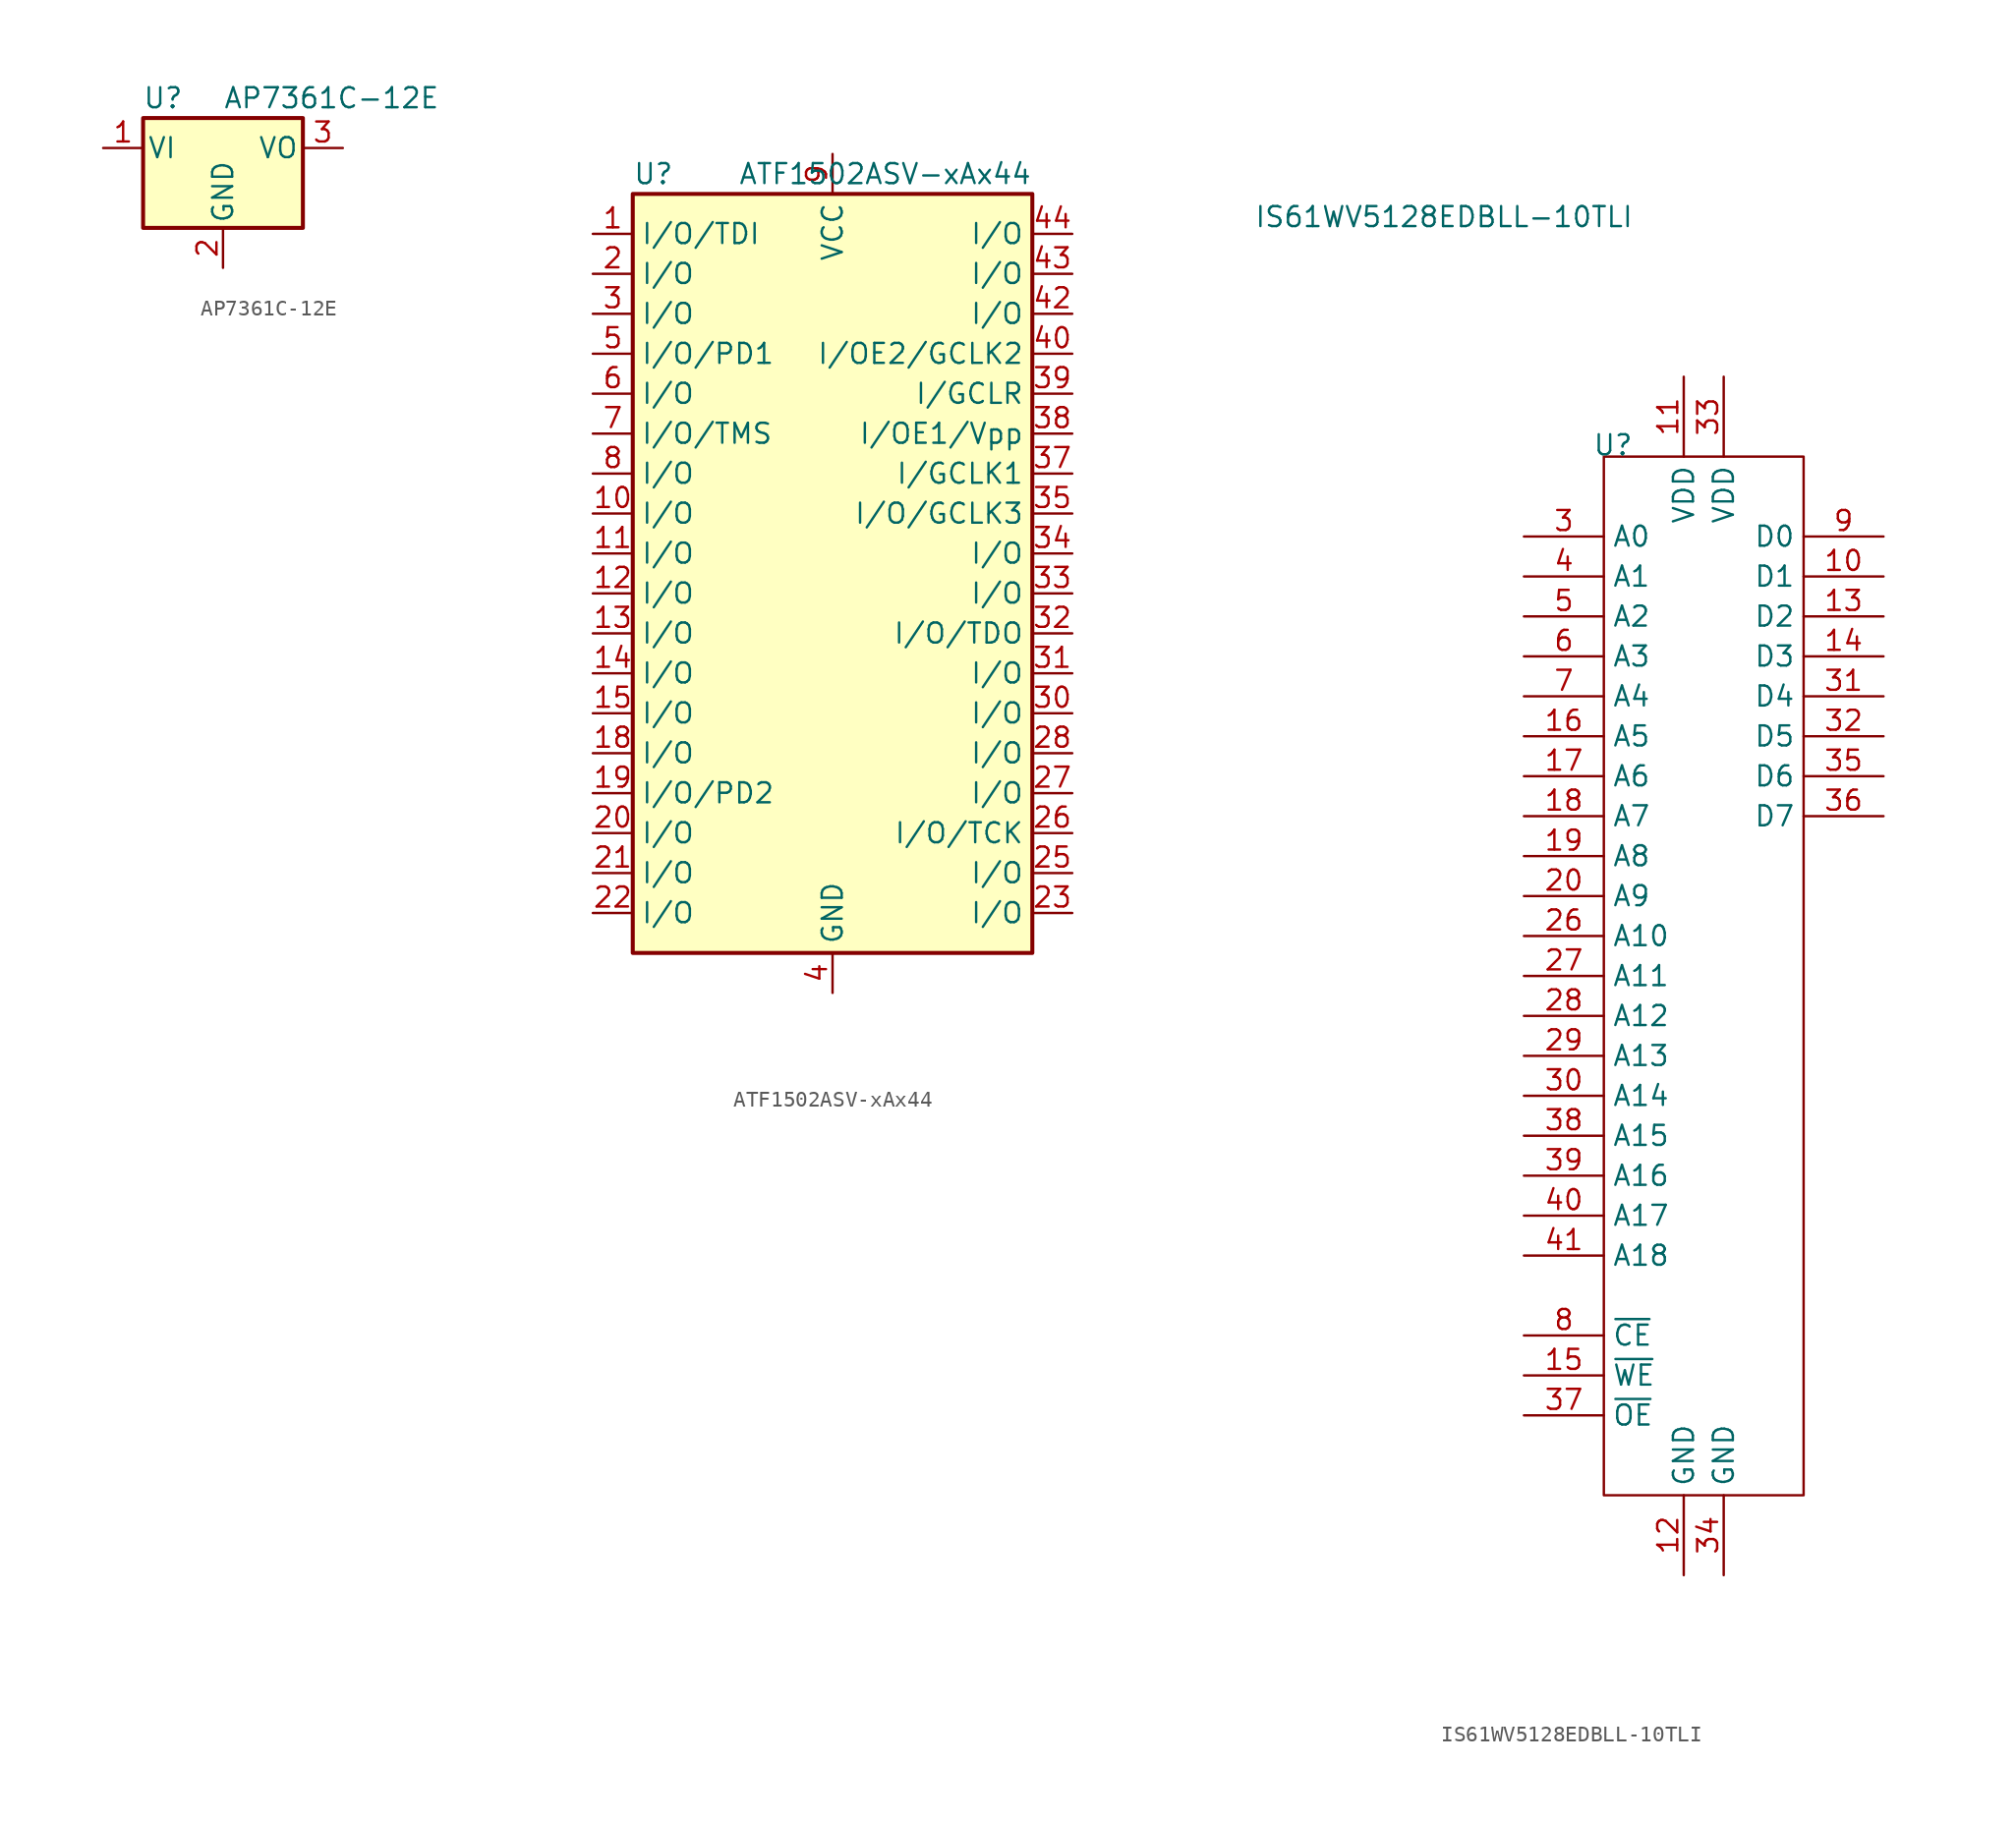
<source format=kicad_sym>
(kicad_symbol_lib
  (version 20220914)
  (generator kicad_symbol_editor)
  (symbol "AP7361C-12E"
    (pin_names
      (offset 0.254))
    (property "Reference" "U"
      (at -3.81 3.175 0)
      (effects (font (size 1.27 1.27))))
    (property "Value" "AP7361C-12E"
      (at 0 3.175 0)
      (effects (font (size 1.27 1.27)) (justify left)))
    (symbol "AP7361C-12E_0_1"
      (rectangle (start -5.08 -5.08) (end 5.08 1.905) (stroke (width 0.254) (type default)) (fill (type background))))
    (symbol "AP7361C-12E_1_1"
      (pin power_in line (at -7.62 0 0) (length 2.54) (name "VI" (effects (font (size 1.27 1.27)))) (number "1" (effects (font (size 1.27 1.27)))))
      (pin power_in line (at 0 -7.62 90) (length 2.54) (name "GND" (effects (font (size 1.27 1.27)))) (number "2" (effects (font (size 1.27 1.27)))))
      (pin power_out line (at 7.62 0 180) (length 2.54) (name "VO" (effects (font (size 1.27 1.27)))) (number "3" (effects (font (size 1.27 1.27)))))))
  (symbol "ATF1502ASV-xAx44"
    (property "Reference" "U"
      (at -12.7 24.13 0)
      (effects (font (size 1.27 1.27)) (justify left)))
    (property "Value" "ATF1502ASV-xAx44"
      (at 12.7 24.13 0)
      (effects (font (size 1.27 1.27)) (justify right)))
    (symbol "ATF1502ASV-xAx44_0_1"
      (rectangle (start -12.7 22.86) (end 12.7 -25.4) (stroke (width 0.254) (type default)) (fill (type background))))
    (symbol "ATF1502ASV-xAx44_1_1"
      (pin bidirectional line (at -15.24 20.32 0) (length 2.54) (name "I/O/TDI" (effects (font (size 1.27 1.27)))) (number "1" (effects (font (size 1.27 1.27)))))
      (pin bidirectional line (at -15.24 2.54 0) (length 2.54) (name "I/O" (effects (font (size 1.27 1.27)))) (number "10" (effects (font (size 1.27 1.27)))))
      (pin bidirectional line (at -15.24 0 0) (length 2.54) (name "I/O" (effects (font (size 1.27 1.27)))) (number "11" (effects (font (size 1.27 1.27)))))
      (pin bidirectional line (at -15.24 -2.54 0) (length 2.54) (name "I/O" (effects (font (size 1.27 1.27)))) (number "12" (effects (font (size 1.27 1.27)))))
      (pin bidirectional line (at -15.24 -5.08 0) (length 2.54) (name "I/O" (effects (font (size 1.27 1.27)))) (number "13" (effects (font (size 1.27 1.27)))))
      (pin bidirectional line (at -15.24 -7.62 0) (length 2.54) (name "I/O" (effects (font (size 1.27 1.27)))) (number "14" (effects (font (size 1.27 1.27)))))
      (pin bidirectional line (at -15.24 -10.16 0) (length 2.54) (name "I/O" (effects (font (size 1.27 1.27)))) (number "15" (effects (font (size 1.27 1.27)))))
      (pin passive line (at 0 -27.94 90) (length 2.54) hide (name "GND" (effects (font (size 1.27 1.27)))) (number "16" (effects (font (size 1.27 1.27)))))
      (pin passive line (at 0 25.4 270) (length 2.54) hide (name "VCC" (effects (font (size 1.27 1.27)))) (number "17" (effects (font (size 1.27 1.27)))))
      (pin bidirectional line (at -15.24 -12.7 0) (length 2.54) (name "I/O" (effects (font (size 1.27 1.27)))) (number "18" (effects (font (size 1.27 1.27)))))
      (pin bidirectional line (at -15.24 -15.24 0) (length 2.54) (name "I/O/PD2" (effects (font (size 1.27 1.27)))) (number "19" (effects (font (size 1.27 1.27)))))
      (pin bidirectional line (at -15.24 17.78 0) (length 2.54) (name "I/O" (effects (font (size 1.27 1.27)))) (number "2" (effects (font (size 1.27 1.27)))))
      (pin bidirectional line (at -15.24 -17.78 0) (length 2.54) (name "I/O" (effects (font (size 1.27 1.27)))) (number "20" (effects (font (size 1.27 1.27)))))
      (pin bidirectional line (at -15.24 -20.32 0) (length 2.54) (name "I/O" (effects (font (size 1.27 1.27)))) (number "21" (effects (font (size 1.27 1.27)))))
      (pin bidirectional line (at -15.24 -22.86 0) (length 2.54) (name "I/O" (effects (font (size 1.27 1.27)))) (number "22" (effects (font (size 1.27 1.27)))))
      (pin bidirectional line (at 15.24 -22.86 180) (length 2.54) (name "I/O" (effects (font (size 1.27 1.27)))) (number "23" (effects (font (size 1.27 1.27)))))
      (pin passive line (at 0 -27.94 90) (length 2.54) hide (name "GND" (effects (font (size 1.27 1.27)))) (number "24" (effects (font (size 1.27 1.27)))))
      (pin bidirectional line (at 15.24 -20.32 180) (length 2.54) (name "I/O" (effects (font (size 1.27 1.27)))) (number "25" (effects (font (size 1.27 1.27)))))
      (pin bidirectional line (at 15.24 -17.78 180) (length 2.54) (name "I/O/TCK" (effects (font (size 1.27 1.27)))) (number "26" (effects (font (size 1.27 1.27)))))
      (pin bidirectional line (at 15.24 -15.24 180) (length 2.54) (name "I/O" (effects (font (size 1.27 1.27)))) (number "27" (effects (font (size 1.27 1.27)))))
      (pin bidirectional line (at 15.24 -12.7 180) (length 2.54) (name "I/O" (effects (font (size 1.27 1.27)))) (number "28" (effects (font (size 1.27 1.27)))))
      (pin passive line (at 0 25.4 270) (length 2.54) hide (name "VCC" (effects (font (size 1.27 1.27)))) (number "29" (effects (font (size 1.27 1.27)))))
      (pin bidirectional line (at -15.24 15.24 0) (length 2.54) (name "I/O" (effects (font (size 1.27 1.27)))) (number "3" (effects (font (size 1.27 1.27)))))
      (pin bidirectional line (at 15.24 -10.16 180) (length 2.54) (name "I/O" (effects (font (size 1.27 1.27)))) (number "30" (effects (font (size 1.27 1.27)))))
      (pin bidirectional line (at 15.24 -7.62 180) (length 2.54) (name "I/O" (effects (font (size 1.27 1.27)))) (number "31" (effects (font (size 1.27 1.27)))))
      (pin bidirectional line (at 15.24 -5.08 180) (length 2.54) (name "I/O/TDO" (effects (font (size 1.27 1.27)))) (number "32" (effects (font (size 1.27 1.27)))))
      (pin bidirectional line (at 15.24 -2.54 180) (length 2.54) (name "I/O" (effects (font (size 1.27 1.27)))) (number "33" (effects (font (size 1.27 1.27)))))
      (pin bidirectional line (at 15.24 0 180) (length 2.54) (name "I/O" (effects (font (size 1.27 1.27)))) (number "34" (effects (font (size 1.27 1.27)))))
      (pin bidirectional line (at 15.24 2.54 180) (length 2.54) (name "I/O/GCLK3" (effects (font (size 1.27 1.27)))) (number "35" (effects (font (size 1.27 1.27)))))
      (pin passive line (at 0 -27.94 90) (length 2.54) hide (name "GND" (effects (font (size 1.27 1.27)))) (number "36" (effects (font (size 1.27 1.27)))))
      (pin input line (at 15.24 5.08 180) (length 2.54) (name "I/GCLK1" (effects (font (size 1.27 1.27)))) (number "37" (effects (font (size 1.27 1.27)))))
      (pin input line (at 15.24 7.62 180) (length 2.54) (name "I/OE1/Vpp" (effects (font (size 1.27 1.27)))) (number "38" (effects (font (size 1.27 1.27)))))
      (pin input line (at 15.24 10.16 180) (length 2.54) (name "I/GCLR" (effects (font (size 1.27 1.27)))) (number "39" (effects (font (size 1.27 1.27)))))
      (pin power_in line (at 0 -27.94 90) (length 2.54) (name "GND" (effects (font (size 1.27 1.27)))) (number "4" (effects (font (size 1.27 1.27)))))
      (pin input line (at 15.24 12.7 180) (length 2.54) (name "I/OE2/GCLK2" (effects (font (size 1.27 1.27)))) (number "40" (effects (font (size 1.27 1.27)))))
      (pin passive line (at 0 25.4 270) (length 2.54) hide (name "VCC" (effects (font (size 1.27 1.27)))) (number "41" (effects (font (size 1.27 1.27)))))
      (pin bidirectional line (at 15.24 15.24 180) (length 2.54) (name "I/O" (effects (font (size 1.27 1.27)))) (number "42" (effects (font (size 1.27 1.27)))))
      (pin bidirectional line (at 15.24 17.78 180) (length 2.54) (name "I/O" (effects (font (size 1.27 1.27)))) (number "43" (effects (font (size 1.27 1.27)))))
      (pin bidirectional line (at 15.24 20.32 180) (length 2.54) (name "I/O" (effects (font (size 1.27 1.27)))) (number "44" (effects (font (size 1.27 1.27)))))
      (pin bidirectional line (at -15.24 12.7 0) (length 2.54) (name "I/O/PD1" (effects (font (size 1.27 1.27)))) (number "5" (effects (font (size 1.27 1.27)))))
      (pin bidirectional line (at -15.24 10.16 0) (length 2.54) (name "I/O" (effects (font (size 1.27 1.27)))) (number "6" (effects (font (size 1.27 1.27)))))
      (pin bidirectional line (at -15.24 7.62 0) (length 2.54) (name "I/O/TMS" (effects (font (size 1.27 1.27)))) (number "7" (effects (font (size 1.27 1.27)))))
      (pin bidirectional line (at -15.24 5.08 0) (length 2.54) (name "I/O" (effects (font (size 1.27 1.27)))) (number "8" (effects (font (size 1.27 1.27)))))
      (pin power_in line (at 0 25.4 270) (length 2.54) (name "VCC" (effects (font (size 1.27 1.27)))) (number "9" (effects (font (size 1.27 1.27)))))))
  (symbol "IS61WV5128EDBLL-10TLI"
    (property "Reference" "U"
      (at 0.584 0.732 0)
      (effects (font (size 1.27 1.27))))
    (property "Value" "IS61WV5128EDBLL-10TLI"
      (at -10.16 15.24 0)
      (effects (font (size 1.27 1.27))))
    (symbol "IS61WV5128EDBLL-10TLI_0_1"
      (rectangle (start 0 0) (end 12.7 -66.04) (stroke (width 0) (type default)) (fill (type none))))
    (symbol "IS61WV5128EDBLL-10TLI_1_1"
      (pin no_connect line (at 17.78 -27.94 180) (length 5.08) hide (name "NC" (effects (font (size 1.27 1.27)))) (number "1" (effects (font (size 1.27 1.27)))))
      (pin bidirectional line (at 17.78 -7.62 180) (length 5.08) (name "D1" (effects (font (size 1.27 1.27)))) (number "10" (effects (font (size 1.27 1.27)))))
      (pin power_in line (at 5.08 5.08 270) (length 5.08) (name "VDD" (effects (font (size 1.27 1.27)))) (number "11" (effects (font (size 1.27 1.27)))))
      (pin power_in line (at 5.08 -71.12 90) (length 5.08) (name "GND" (effects (font (size 1.27 1.27)))) (number "12" (effects (font (size 1.27 1.27)))))
      (pin bidirectional line (at 17.78 -10.16 180) (length 5.08) (name "D2" (effects (font (size 1.27 1.27)))) (number "13" (effects (font (size 1.27 1.27)))))
      (pin bidirectional line (at 17.78 -12.7 180) (length 5.08) (name "D3" (effects (font (size 1.27 1.27)))) (number "14" (effects (font (size 1.27 1.27)))))
      (pin input line (at -5.08 -58.42 0) (length 5.08) (name "~{WE}" (effects (font (size 1.27 1.27)))) (number "15" (effects (font (size 1.27 1.27)))))
      (pin input line (at -5.08 -17.78 0) (length 5.08) (name "A5" (effects (font (size 1.27 1.27)))) (number "16" (effects (font (size 1.27 1.27)))))
      (pin input line (at -5.08 -20.32 0) (length 5.08) (name "A6" (effects (font (size 1.27 1.27)))) (number "17" (effects (font (size 1.27 1.27)))))
      (pin input line (at -5.08 -22.86 0) (length 5.08) (name "A7" (effects (font (size 1.27 1.27)))) (number "18" (effects (font (size 1.27 1.27)))))
      (pin input line (at -5.08 -25.4 0) (length 5.08) (name "A8" (effects (font (size 1.27 1.27)))) (number "19" (effects (font (size 1.27 1.27)))))
      (pin no_connect line (at 17.78 -30.48 180) (length 5.08) hide (name "NC" (effects (font (size 1.27 1.27)))) (number "2" (effects (font (size 1.27 1.27)))))
      (pin input line (at -5.08 -27.94 0) (length 5.08) (name "A9" (effects (font (size 1.27 1.27)))) (number "20" (effects (font (size 1.27 1.27)))))
      (pin no_connect line (at 17.78 -33.02 180) (length 5.08) hide (name "NC" (effects (font (size 1.27 1.27)))) (number "21" (effects (font (size 1.27 1.27)))))
      (pin no_connect line (at 17.78 -35.56 180) (length 5.08) hide (name "NC" (effects (font (size 1.27 1.27)))) (number "22" (effects (font (size 1.27 1.27)))))
      (pin no_connect line (at 17.78 -38.1 180) (length 5.08) hide (name "NC" (effects (font (size 1.27 1.27)))) (number "23" (effects (font (size 1.27 1.27)))))
      (pin no_connect line (at 17.78 -40.64 180) (length 5.08) hide (name "NC" (effects (font (size 1.27 1.27)))) (number "24" (effects (font (size 1.27 1.27)))))
      (pin no_connect line (at 17.78 -43.18 180) (length 5.08) hide (name "NC" (effects (font (size 1.27 1.27)))) (number "25" (effects (font (size 1.27 1.27)))))
      (pin input line (at -5.08 -30.48 0) (length 5.08) (name "A10" (effects (font (size 1.27 1.27)))) (number "26" (effects (font (size 1.27 1.27)))))
      (pin input line (at -5.08 -33.02 0) (length 5.08) (name "A11" (effects (font (size 1.27 1.27)))) (number "27" (effects (font (size 1.27 1.27)))))
      (pin input line (at -5.08 -35.56 0) (length 5.08) (name "A12" (effects (font (size 1.27 1.27)))) (number "28" (effects (font (size 1.27 1.27)))))
      (pin input line (at -5.08 -38.1 0) (length 5.08) (name "A13" (effects (font (size 1.27 1.27)))) (number "29" (effects (font (size 1.27 1.27)))))
      (pin input line (at -5.08 -5.08 0) (length 5.08) (name "A0" (effects (font (size 1.27 1.27)))) (number "3" (effects (font (size 1.27 1.27)))))
      (pin input line (at -5.08 -40.64 0) (length 5.08) (name "A14" (effects (font (size 1.27 1.27)))) (number "30" (effects (font (size 1.27 1.27)))))
      (pin bidirectional line (at 17.78 -15.24 180) (length 5.08) (name "D4" (effects (font (size 1.27 1.27)))) (number "31" (effects (font (size 1.27 1.27)))))
      (pin bidirectional line (at 17.78 -17.78 180) (length 5.08) (name "D5" (effects (font (size 1.27 1.27)))) (number "32" (effects (font (size 1.27 1.27)))))
      (pin power_in line (at 7.62 5.08 270) (length 5.08) (name "VDD" (effects (font (size 1.27 1.27)))) (number "33" (effects (font (size 1.27 1.27)))))
      (pin power_in line (at 7.62 -71.12 90) (length 5.08) (name "GND" (effects (font (size 1.27 1.27)))) (number "34" (effects (font (size 1.27 1.27)))))
      (pin bidirectional line (at 17.78 -20.32 180) (length 5.08) (name "D6" (effects (font (size 1.27 1.27)))) (number "35" (effects (font (size 1.27 1.27)))))
      (pin bidirectional line (at 17.78 -22.86 180) (length 5.08) (name "D7" (effects (font (size 1.27 1.27)))) (number "36" (effects (font (size 1.27 1.27)))))
      (pin input line (at -5.08 -60.96 0) (length 5.08) (name "~{OE}" (effects (font (size 1.27 1.27)))) (number "37" (effects (font (size 1.27 1.27)))))
      (pin input line (at -5.08 -43.18 0) (length 5.08) (name "A15" (effects (font (size 1.27 1.27)))) (number "38" (effects (font (size 1.27 1.27)))))
      (pin input line (at -5.08 -45.72 0) (length 5.08) (name "A16" (effects (font (size 1.27 1.27)))) (number "39" (effects (font (size 1.27 1.27)))))
      (pin input line (at -5.08 -7.62 0) (length 5.08) (name "A1" (effects (font (size 1.27 1.27)))) (number "4" (effects (font (size 1.27 1.27)))))
      (pin input line (at -5.08 -48.26 0) (length 5.08) (name "A17" (effects (font (size 1.27 1.27)))) (number "40" (effects (font (size 1.27 1.27)))))
      (pin input line (at -5.08 -50.8 0) (length 5.08) (name "A18" (effects (font (size 1.27 1.27)))) (number "41" (effects (font (size 1.27 1.27)))))
      (pin no_connect line (at 17.78 -45.72 180) (length 5.08) hide (name "NC" (effects (font (size 1.27 1.27)))) (number "42" (effects (font (size 1.27 1.27)))))
      (pin no_connect line (at 17.78 -48.26 180) (length 5.08) hide (name "NC" (effects (font (size 1.27 1.27)))) (number "43" (effects (font (size 1.27 1.27)))))
      (pin no_connect line (at 17.78 -50.8 180) (length 5.08) hide (name "NC" (effects (font (size 1.27 1.27)))) (number "44" (effects (font (size 1.27 1.27)))))
      (pin input line (at -5.08 -10.16 0) (length 5.08) (name "A2" (effects (font (size 1.27 1.27)))) (number "5" (effects (font (size 1.27 1.27)))))
      (pin input line (at -5.08 -12.7 0) (length 5.08) (name "A3" (effects (font (size 1.27 1.27)))) (number "6" (effects (font (size 1.27 1.27)))))
      (pin input line (at -5.08 -15.24 0) (length 5.08) (name "A4" (effects (font (size 1.27 1.27)))) (number "7" (effects (font (size 1.27 1.27)))))
      (pin input line (at -5.08 -55.88 0) (length 5.08) (name "~{CE}" (effects (font (size 1.27 1.27)))) (number "8" (effects (font (size 1.27 1.27)))))
      (pin bidirectional line (at 17.78 -5.08 180) (length 5.08) (name "D0" (effects (font (size 1.27 1.27)))) (number "9" (effects (font (size 1.27 1.27))))))))
</source>
